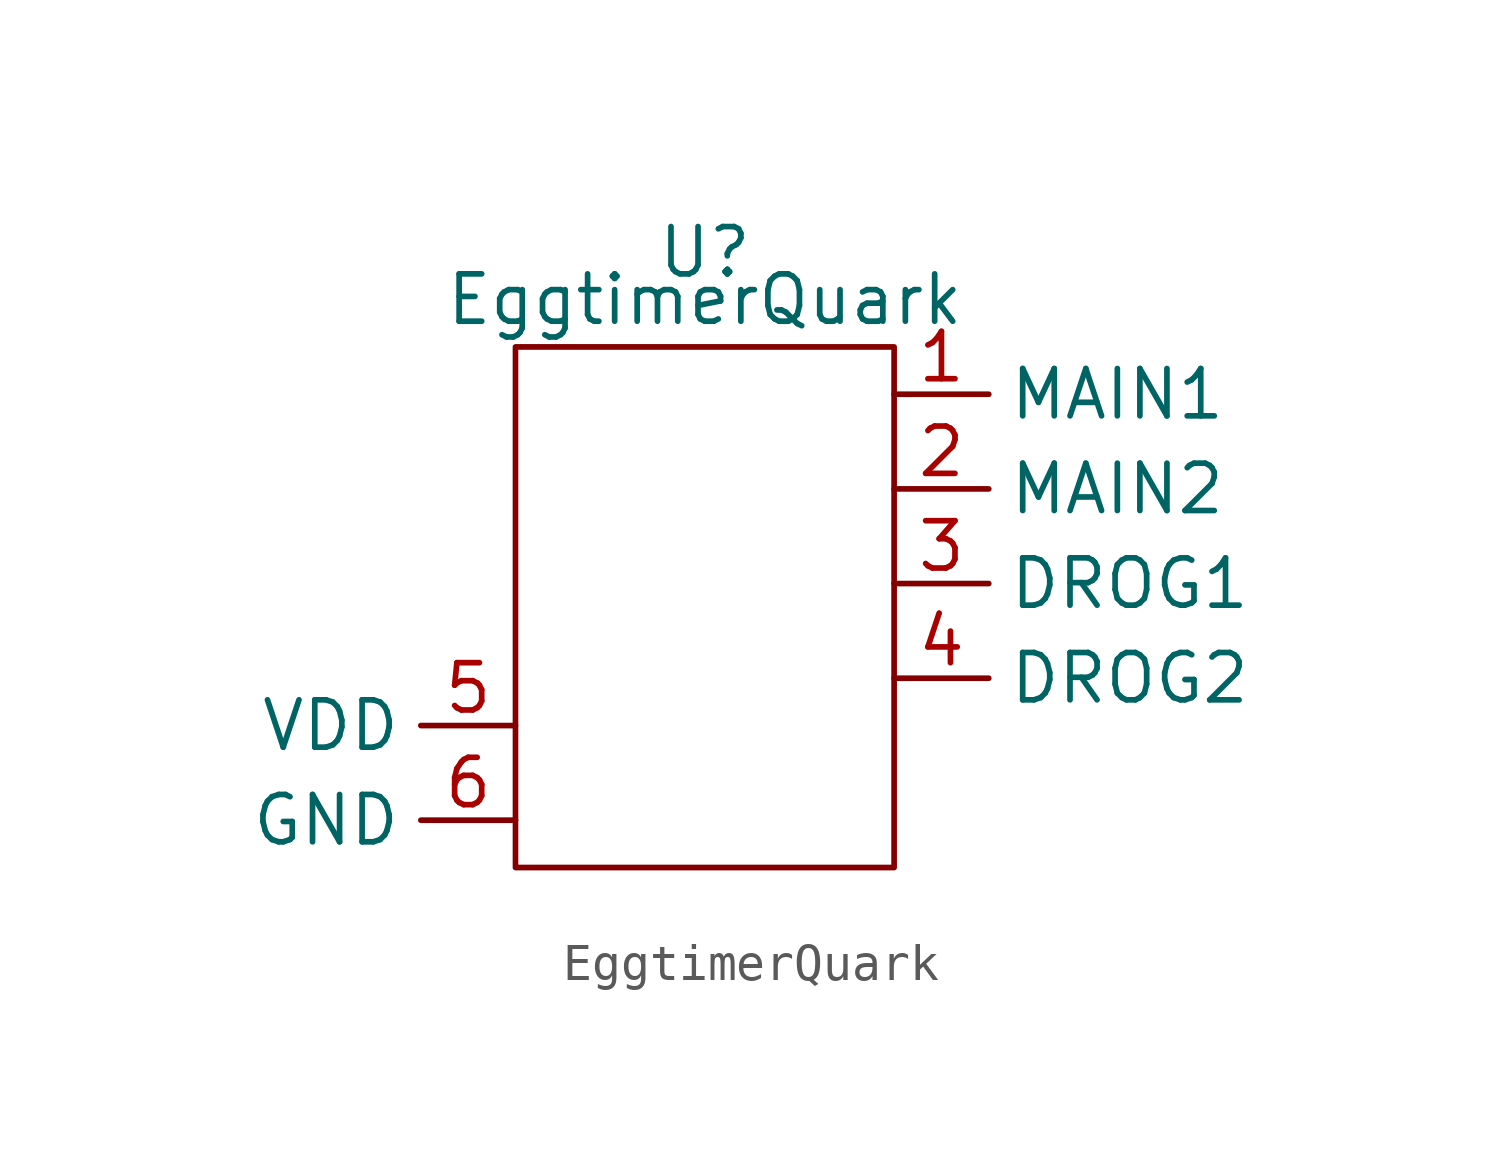
<source format=kicad_sym>
(kicad_symbol_lib
  (version 20211014)
  (generator kicad_symbol_editor)
  (symbol "EggtimerQuark"
    (property "Reference" "U"
      (at 0 2.54 0)
      (effects (font (size 1.27 1.27))))
    (property "Value" "EggtimerQuark"
      (at 0 1.27 0)
      (effects (font (size 1.27 1.27))))
    (symbol "EggtimerQuark_0_1"
      (rectangle (start -5.08 0) (end 5.08 -13.97) (stroke (width 0) (type default) (color 0 0 0 0)) (fill (type none))))
    (symbol "EggtimerQuark_1_1"
      (pin output line (at 5.08 -1.27 0) (length 2.54) (name "MAIN1" (effects (font (size 1.27 1.27)))) (number "1" (effects (font (size 1.27 1.27)))))
      (pin output line (at 5.08 -3.81 0) (length 2.54) (name "MAIN2" (effects (font (size 1.27 1.27)))) (number "2" (effects (font (size 1.27 1.27)))))
      (pin output line (at 5.08 -6.35 0) (length 2.54) (name "DROG1" (effects (font (size 1.27 1.27)))) (number "3" (effects (font (size 1.27 1.27)))))
      (pin output line (at 5.08 -8.89 0) (length 2.54) (name "DROG2" (effects (font (size 1.27 1.27)))) (number "4" (effects (font (size 1.27 1.27)))))
      (pin power_in line (at -5.08 -10.16 180) (length 2.54) (name "VDD" (effects (font (size 1.27 1.27)))) (number "5" (effects (font (size 1.27 1.27)))))
      (pin power_in line (at -5.08 -12.7 180) (length 2.54) (name "GND" (effects (font (size 1.27 1.27)))) (number "6" (effects (font (size 1.27 1.27))))))))
</source>
